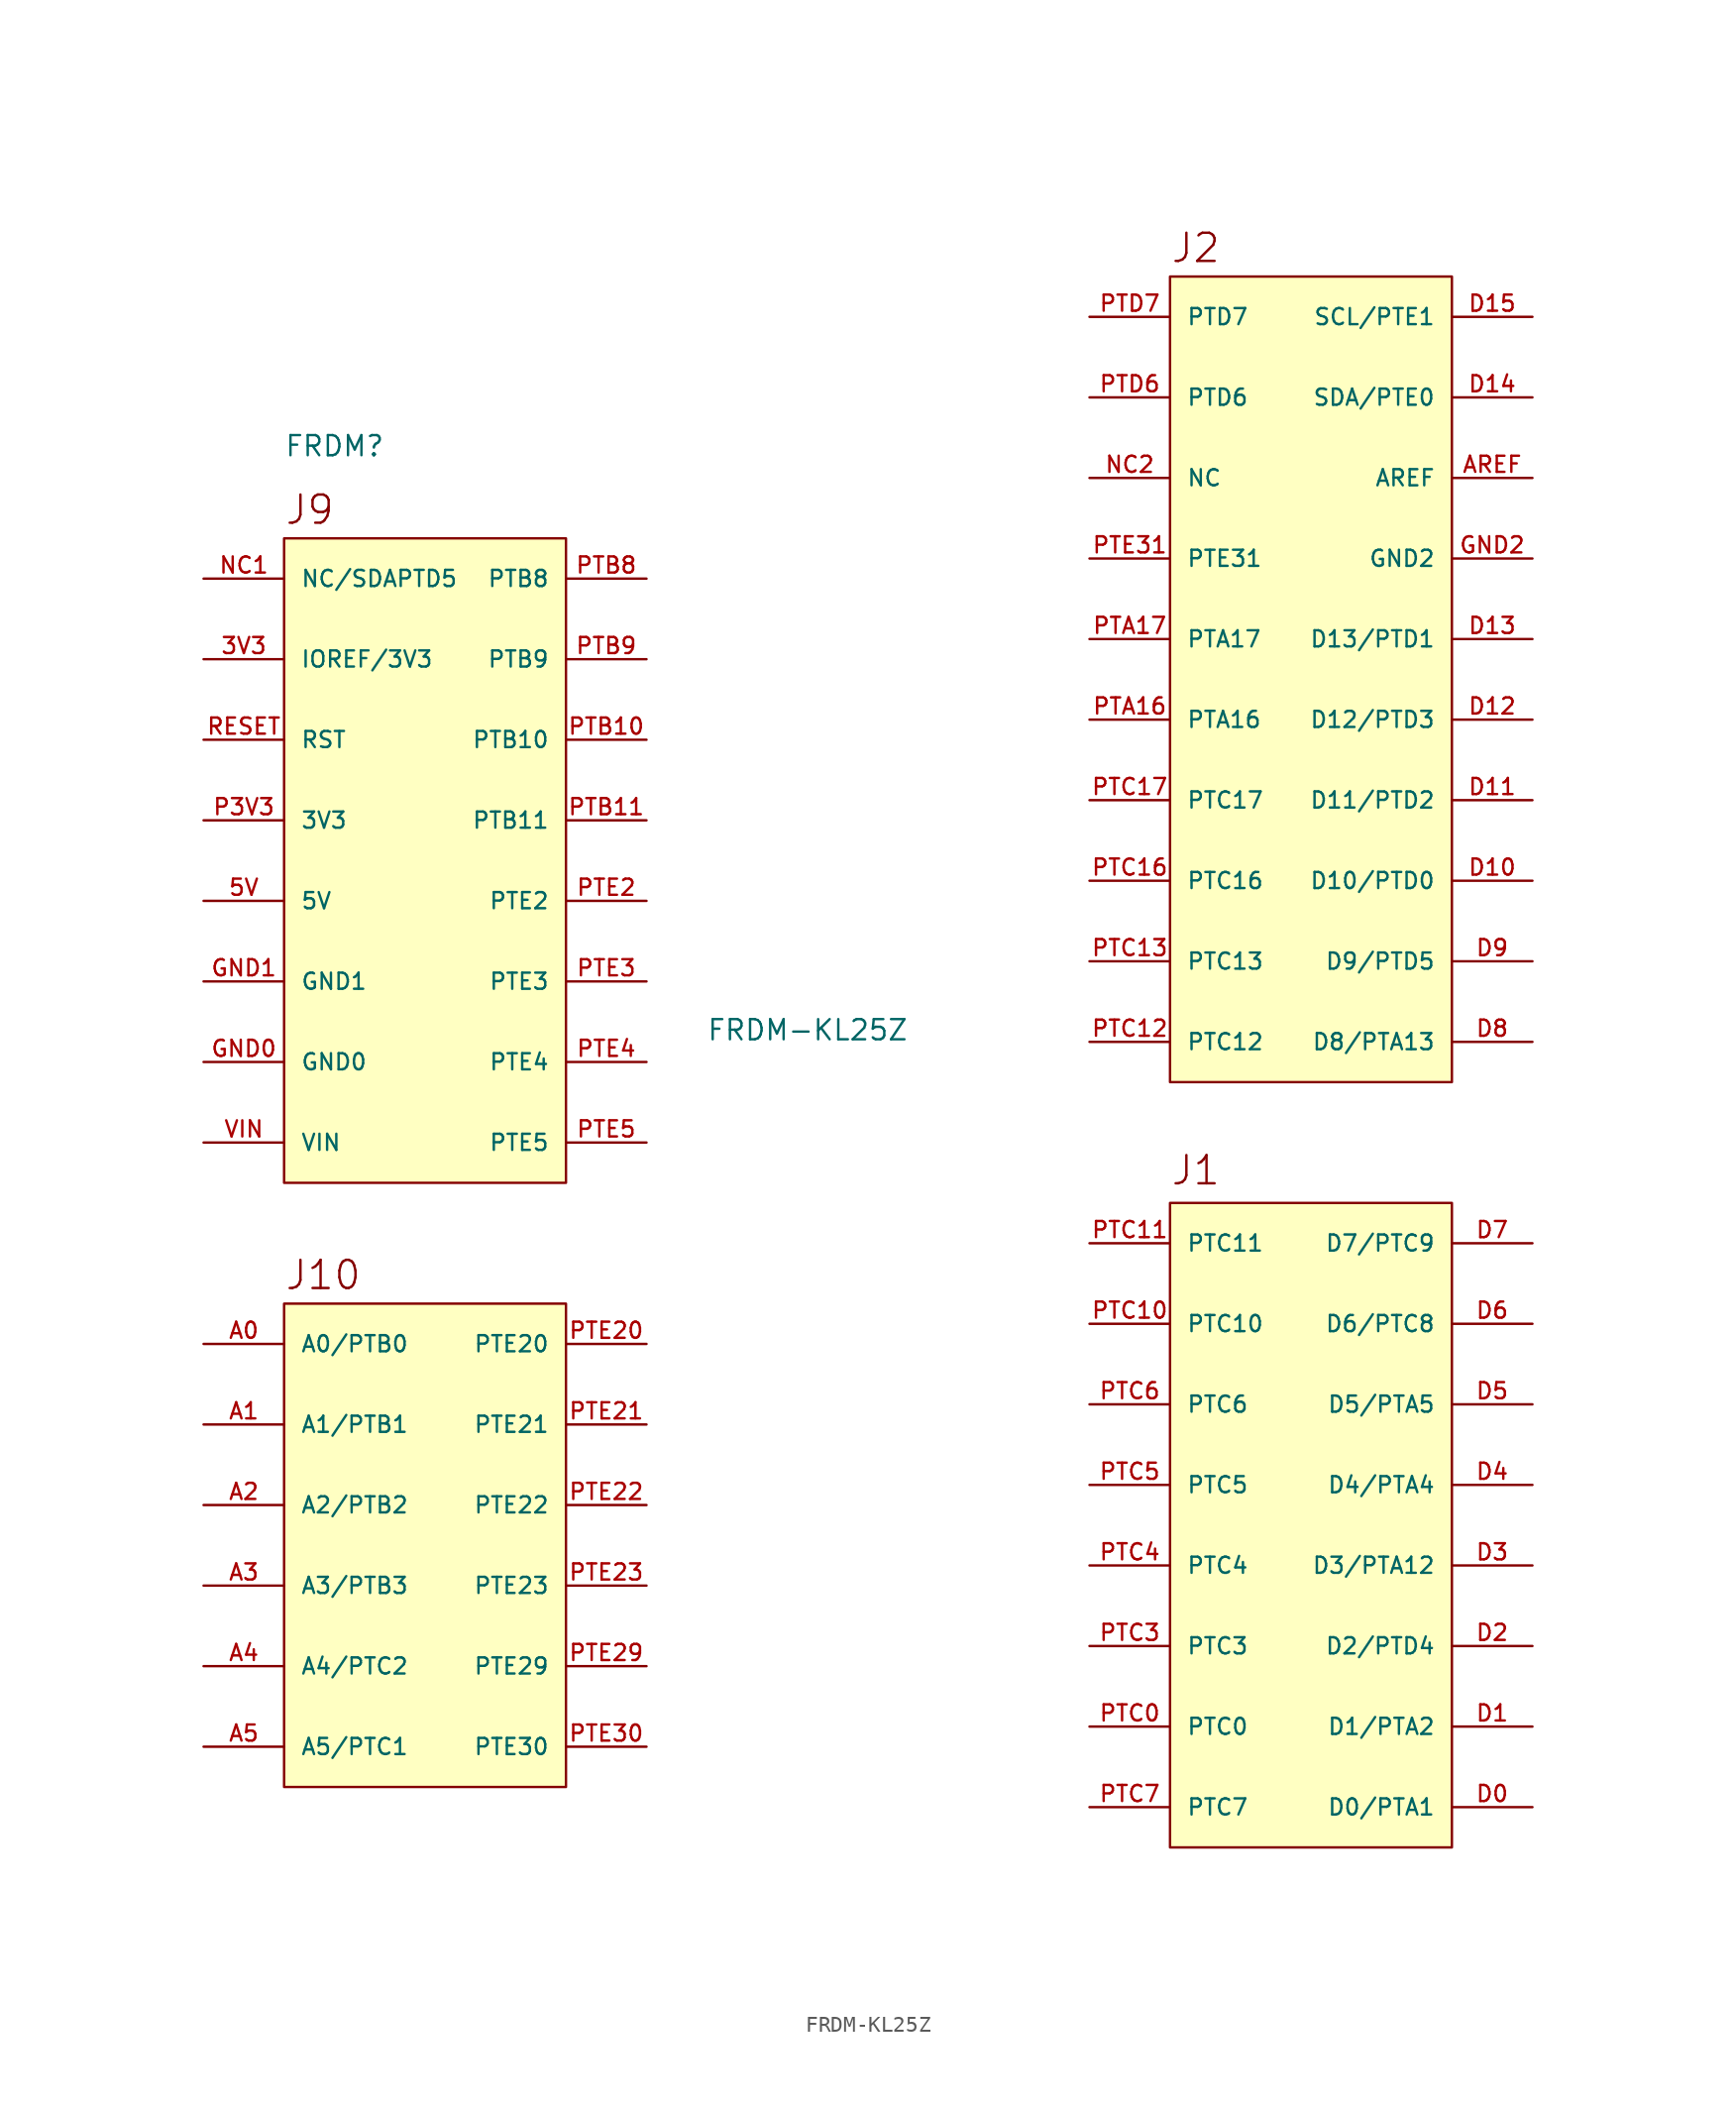
<source format=kicad_sym>
(kicad_symbol_lib
  (version 20220914)
  (generator kicad_symbol_editor)
  (symbol "FRDM-KL25Z"
    (pin_names
      (offset 1.016))
    (property "Reference" "FRDM"
      (at -55.88 33.02 0)
      (effects (font (size 1.27 1.27)) (justify left bottom)))
    (property "Value" "FRDM-KL25Z"
      (at -22.86 -3.81 0)
      (effects (font (size 1.27 1.27)) (justify bottom)))
    (symbol "FRDM-KL25Z_0_0"
      (text "J1" (at 0 -12.954 0) (effects (font (size 1.778 1.778)) (justify left bottom)))
      (text "J10" (at -55.88 -19.558 0) (effects (font (size 1.778 1.778)) (justify left bottom)))
      (text "J2" (at 0 45.212 0) (effects (font (size 1.778 1.778)) (justify left bottom)))
      (text "J9" (at -55.88 28.702 0) (effects (font (size 1.778 1.778)) (justify left bottom)))
      (pin bidirectional line (at -60.96 20.32 0) (length 5.08) (name "IOREF/3V3" (effects (font (size 1.016 1.016)))) (number "3V3" (effects (font (size 1.016 1.016)))))
      (pin bidirectional line (at -60.96 5.08 0) (length 5.08) (name "5V" (effects (font (size 1.016 1.016)))) (number "5V" (effects (font (size 1.016 1.016)))))
      (pin bidirectional line (at -60.96 -22.86 0) (length 5.08) (name "A0/PTB0" (effects (font (size 1.016 1.016)))) (number "A0" (effects (font (size 1.016 1.016)))))
      (pin bidirectional line (at -60.96 -27.94 0) (length 5.08) (name "A1/PTB1" (effects (font (size 1.016 1.016)))) (number "A1" (effects (font (size 1.016 1.016)))))
      (pin bidirectional line (at -60.96 -33.02 0) (length 5.08) (name "A2/PTB2" (effects (font (size 1.016 1.016)))) (number "A2" (effects (font (size 1.016 1.016)))))
      (pin bidirectional line (at -60.96 -38.1 0) (length 5.08) (name "A3/PTB3" (effects (font (size 1.016 1.016)))) (number "A3" (effects (font (size 1.016 1.016)))))
      (pin bidirectional line (at -60.96 -43.18 0) (length 5.08) (name "A4/PTC2" (effects (font (size 1.016 1.016)))) (number "A4" (effects (font (size 1.016 1.016)))))
      (pin bidirectional line (at -60.96 -48.26 0) (length 5.08) (name "A5/PTC1" (effects (font (size 1.016 1.016)))) (number "A5" (effects (font (size 1.016 1.016)))))
      (pin bidirectional line (at 22.86 31.75 180) (length 5.08) (name "AREF" (effects (font (size 1.016 1.016)))) (number "AREF" (effects (font (size 1.016 1.016)))))
      (pin bidirectional line (at 22.86 -52.07 180) (length 5.08) (name "D0/PTA1" (effects (font (size 1.016 1.016)))) (number "D0" (effects (font (size 1.016 1.016)))))
      (pin bidirectional line (at 22.86 -46.99 180) (length 5.08) (name "D1/PTA2" (effects (font (size 1.016 1.016)))) (number "D1" (effects (font (size 1.016 1.016)))))
      (pin bidirectional line (at 22.86 6.35 180) (length 5.08) (name "D10/PTD0" (effects (font (size 1.016 1.016)))) (number "D10" (effects (font (size 1.016 1.016)))))
      (pin bidirectional line (at 22.86 11.43 180) (length 5.08) (name "D11/PTD2" (effects (font (size 1.016 1.016)))) (number "D11" (effects (font (size 1.016 1.016)))))
      (pin bidirectional line (at 22.86 16.51 180) (length 5.08) (name "D12/PTD3" (effects (font (size 1.016 1.016)))) (number "D12" (effects (font (size 1.016 1.016)))))
      (pin bidirectional line (at 22.86 21.59 180) (length 5.08) (name "D13/PTD1" (effects (font (size 1.016 1.016)))) (number "D13" (effects (font (size 1.016 1.016)))))
      (pin bidirectional line (at 22.86 36.83 180) (length 5.08) (name "SDA/PTE0" (effects (font (size 1.016 1.016)))) (number "D14" (effects (font (size 1.016 1.016)))))
      (pin bidirectional line (at 22.86 41.91 180) (length 5.08) (name "SCL/PTE1" (effects (font (size 1.016 1.016)))) (number "D15" (effects (font (size 1.016 1.016)))))
      (pin bidirectional line (at 22.86 -41.91 180) (length 5.08) (name "D2/PTD4" (effects (font (size 1.016 1.016)))) (number "D2" (effects (font (size 1.016 1.016)))))
      (pin bidirectional line (at 22.86 -36.83 180) (length 5.08) (name "D3/PTA12" (effects (font (size 1.016 1.016)))) (number "D3" (effects (font (size 1.016 1.016)))))
      (pin bidirectional line (at 22.86 -31.75 180) (length 5.08) (name "D4/PTA4" (effects (font (size 1.016 1.016)))) (number "D4" (effects (font (size 1.016 1.016)))))
      (pin bidirectional line (at 22.86 -26.67 180) (length 5.08) (name "D5/PTA5" (effects (font (size 1.016 1.016)))) (number "D5" (effects (font (size 1.016 1.016)))))
      (pin bidirectional line (at 22.86 -21.59 180) (length 5.08) (name "D6/PTC8" (effects (font (size 1.016 1.016)))) (number "D6" (effects (font (size 1.016 1.016)))))
      (pin bidirectional line (at 22.86 -16.51 180) (length 5.08) (name "D7/PTC9" (effects (font (size 1.016 1.016)))) (number "D7" (effects (font (size 1.016 1.016)))))
      (pin bidirectional line (at 22.86 -3.81 180) (length 5.08) (name "D8/PTA13" (effects (font (size 1.016 1.016)))) (number "D8" (effects (font (size 1.016 1.016)))))
      (pin bidirectional line (at 22.86 1.27 180) (length 5.08) (name "D9/PTD5" (effects (font (size 1.016 1.016)))) (number "D9" (effects (font (size 1.016 1.016)))))
      (pin bidirectional line (at -60.96 -5.08 0) (length 5.08) (name "GND0" (effects (font (size 1.016 1.016)))) (number "GND0" (effects (font (size 1.016 1.016)))))
      (pin bidirectional line (at -60.96 0 0) (length 5.08) (name "GND1" (effects (font (size 1.016 1.016)))) (number "GND1" (effects (font (size 1.016 1.016)))))
      (pin bidirectional line (at 22.86 26.67 180) (length 5.08) (name "GND2" (effects (font (size 1.016 1.016)))) (number "GND2" (effects (font (size 1.016 1.016)))))
      (pin bidirectional line (at -60.96 25.4 0) (length 5.08) (name "NC/SDAPTD5" (effects (font (size 1.016 1.016)))) (number "NC1" (effects (font (size 1.016 1.016)))))
      (pin bidirectional line (at -5.08 31.75 0) (length 5.08) (name "NC" (effects (font (size 1.016 1.016)))) (number "NC2" (effects (font (size 1.016 1.016)))))
      (pin bidirectional line (at -60.96 10.16 0) (length 5.08) (name "3V3" (effects (font (size 1.016 1.016)))) (number "P3V3" (effects (font (size 1.016 1.016)))))
      (pin bidirectional line (at -5.08 16.51 0) (length 5.08) (name "PTA16" (effects (font (size 1.016 1.016)))) (number "PTA16" (effects (font (size 1.016 1.016)))))
      (pin bidirectional line (at -5.08 21.59 0) (length 5.08) (name "PTA17" (effects (font (size 1.016 1.016)))) (number "PTA17" (effects (font (size 1.016 1.016)))))
      (pin bidirectional line (at -33.02 15.24 180) (length 5.08) (name "PTB10" (effects (font (size 1.016 1.016)))) (number "PTB10" (effects (font (size 1.016 1.016)))))
      (pin bidirectional line (at -33.02 10.16 180) (length 5.08) (name "PTB11" (effects (font (size 1.016 1.016)))) (number "PTB11" (effects (font (size 1.016 1.016)))))
      (pin bidirectional line (at -33.02 25.4 180) (length 5.08) (name "PTB8" (effects (font (size 1.016 1.016)))) (number "PTB8" (effects (font (size 1.016 1.016)))))
      (pin bidirectional line (at -33.02 20.32 180) (length 5.08) (name "PTB9" (effects (font (size 1.016 1.016)))) (number "PTB9" (effects (font (size 1.016 1.016)))))
      (pin bidirectional line (at -5.08 -46.99 0) (length 5.08) (name "PTC0" (effects (font (size 1.016 1.016)))) (number "PTC0" (effects (font (size 1.016 1.016)))))
      (pin bidirectional line (at -5.08 -21.59 0) (length 5.08) (name "PTC10" (effects (font (size 1.016 1.016)))) (number "PTC10" (effects (font (size 1.016 1.016)))))
      (pin bidirectional line (at -5.08 -16.51 0) (length 5.08) (name "PTC11" (effects (font (size 1.016 1.016)))) (number "PTC11" (effects (font (size 1.016 1.016)))))
      (pin bidirectional line (at -5.08 -3.81 0) (length 5.08) (name "PTC12" (effects (font (size 1.016 1.016)))) (number "PTC12" (effects (font (size 1.016 1.016)))))
      (pin bidirectional line (at -5.08 1.27 0) (length 5.08) (name "PTC13" (effects (font (size 1.016 1.016)))) (number "PTC13" (effects (font (size 1.016 1.016)))))
      (pin bidirectional line (at -5.08 6.35 0) (length 5.08) (name "PTC16" (effects (font (size 1.016 1.016)))) (number "PTC16" (effects (font (size 1.016 1.016)))))
      (pin bidirectional line (at -5.08 11.43 0) (length 5.08) (name "PTC17" (effects (font (size 1.016 1.016)))) (number "PTC17" (effects (font (size 1.016 1.016)))))
      (pin bidirectional line (at -5.08 -41.91 0) (length 5.08) (name "PTC3" (effects (font (size 1.016 1.016)))) (number "PTC3" (effects (font (size 1.016 1.016)))))
      (pin bidirectional line (at -5.08 -36.83 0) (length 5.08) (name "PTC4" (effects (font (size 1.016 1.016)))) (number "PTC4" (effects (font (size 1.016 1.016)))))
      (pin bidirectional line (at -5.08 -31.75 0) (length 5.08) (name "PTC5" (effects (font (size 1.016 1.016)))) (number "PTC5" (effects (font (size 1.016 1.016)))))
      (pin bidirectional line (at -5.08 -26.67 0) (length 5.08) (name "PTC6" (effects (font (size 1.016 1.016)))) (number "PTC6" (effects (font (size 1.016 1.016)))))
      (pin bidirectional line (at -5.08 -52.07 0) (length 5.08) (name "PTC7" (effects (font (size 1.016 1.016)))) (number "PTC7" (effects (font (size 1.016 1.016)))))
      (pin bidirectional line (at -5.08 36.83 0) (length 5.08) (name "PTD6" (effects (font (size 1.016 1.016)))) (number "PTD6" (effects (font (size 1.016 1.016)))))
      (pin bidirectional line (at -5.08 41.91 0) (length 5.08) (name "PTD7" (effects (font (size 1.016 1.016)))) (number "PTD7" (effects (font (size 1.016 1.016)))))
      (pin bidirectional line (at -33.02 5.08 180) (length 5.08) (name "PTE2" (effects (font (size 1.016 1.016)))) (number "PTE2" (effects (font (size 1.016 1.016)))))
      (pin bidirectional line (at -33.02 -22.86 180) (length 5.08) (name "PTE20" (effects (font (size 1.016 1.016)))) (number "PTE20" (effects (font (size 1.016 1.016)))))
      (pin bidirectional line (at -33.02 -27.94 180) (length 5.08) (name "PTE21" (effects (font (size 1.016 1.016)))) (number "PTE21" (effects (font (size 1.016 1.016)))))
      (pin bidirectional line (at -33.02 -33.02 180) (length 5.08) (name "PTE22" (effects (font (size 1.016 1.016)))) (number "PTE22" (effects (font (size 1.016 1.016)))))
      (pin bidirectional line (at -33.02 -38.1 180) (length 5.08) (name "PTE23" (effects (font (size 1.016 1.016)))) (number "PTE23" (effects (font (size 1.016 1.016)))))
      (pin bidirectional line (at -33.02 -43.18 180) (length 5.08) (name "PTE29" (effects (font (size 1.016 1.016)))) (number "PTE29" (effects (font (size 1.016 1.016)))))
      (pin bidirectional line (at -33.02 0 180) (length 5.08) (name "PTE3" (effects (font (size 1.016 1.016)))) (number "PTE3" (effects (font (size 1.016 1.016)))))
      (pin bidirectional line (at -33.02 -48.26 180) (length 5.08) (name "PTE30" (effects (font (size 1.016 1.016)))) (number "PTE30" (effects (font (size 1.016 1.016)))))
      (pin bidirectional line (at -5.08 26.67 0) (length 5.08) (name "PTE31" (effects (font (size 1.016 1.016)))) (number "PTE31" (effects (font (size 1.016 1.016)))))
      (pin bidirectional line (at -33.02 -5.08 180) (length 5.08) (name "PTE4" (effects (font (size 1.016 1.016)))) (number "PTE4" (effects (font (size 1.016 1.016)))))
      (pin bidirectional line (at -33.02 -10.16 180) (length 5.08) (name "PTE5" (effects (font (size 1.016 1.016)))) (number "PTE5" (effects (font (size 1.016 1.016)))))
      (pin bidirectional line (at -60.96 15.24 0) (length 5.08) (name "RST" (effects (font (size 1.016 1.016)))) (number "RESET" (effects (font (size 1.016 1.016)))))
      (pin bidirectional line (at -60.96 -10.16 0) (length 5.08) (name "VIN" (effects (font (size 1.016 1.016)))) (number "VIN" (effects (font (size 1.016 1.016))))))
    (symbol "FRDM-KL25Z_1_1"
      (rectangle (start -55.88 -20.32) (end -38.1 -50.8) (stroke (width 0) (type default)) (fill (type background)))
      (rectangle (start -55.88 27.94) (end -38.1 -12.7) (stroke (width 0) (type default)) (fill (type background)))
      (rectangle (start 0 -13.97) (end 17.78 -54.61) (stroke (width 0) (type default)) (fill (type background)))
      (rectangle (start 0 44.45) (end 17.78 -6.35) (stroke (width 0) (type default)) (fill (type background))))))
</source>
